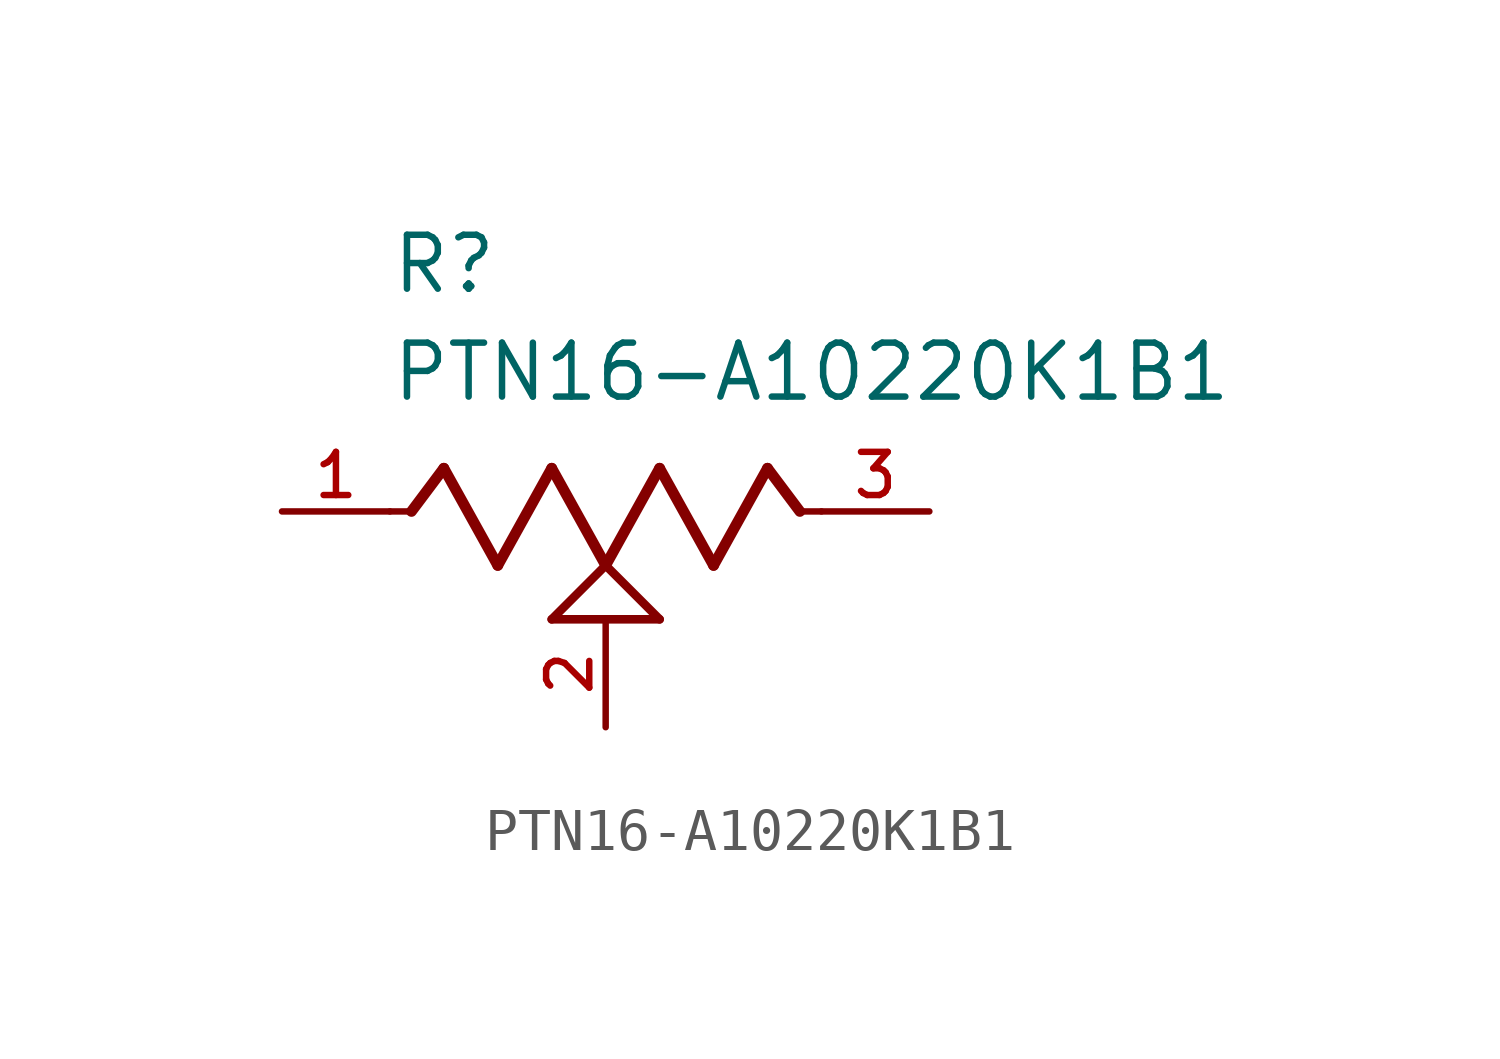
<source format=kicad_sym>
(kicad_symbol_lib
  (version 20241209)
  (generator "kicad_symbol_editor")
  (generator_version "9.0")
  (symbol "PTN16-A10220K1B1"
    (pin_names
      (offset 1.016))
    (property "Reference" "R"
      (at -5.08 5.08 0)
      (effects (font (size 1.27 1.27)) (justify left bottom)))
    (property "Value" "PTN16-A10220K1B1"
      (at -5.08 2.54 0)
      (effects (font (size 1.27 1.27)) (justify left bottom)))
    (symbol "PTN16-A10220K1B1_0_0"
      (polyline (pts (xy -5.08 0) (xy -4.572 0)) (stroke (width 0.152) (type default)) (fill (type none)))
      (polyline (pts (xy -4.572 0) (xy -3.81 1.016)) (stroke (width 0.254) (type default)) (fill (type none)))
      (polyline (pts (xy -3.81 1.016) (xy -2.54 -1.27)) (stroke (width 0.254) (type default)) (fill (type none)))
      (polyline (pts (xy -2.54 -1.27) (xy -1.27 1.016)) (stroke (width 0.254) (type default)) (fill (type none)))
      (polyline (pts (xy -1.27 1.016) (xy 0 -1.27)) (stroke (width 0.254) (type default)) (fill (type none)))
      (polyline (pts (xy -1.27 -2.54) (xy 0 -1.27)) (stroke (width 0.203) (type default)) (fill (type none)))
      (polyline (pts (xy 0 -1.27) (xy 1.27 1.016)) (stroke (width 0.254) (type default)) (fill (type none)))
      (polyline (pts (xy 0 -1.27) (xy 1.27 -2.54)) (stroke (width 0.203) (type default)) (fill (type none)))
      (polyline (pts (xy 1.27 1.016) (xy 2.54 -1.27)) (stroke (width 0.254) (type default)) (fill (type none)))
      (polyline (pts (xy 1.27 -2.54) (xy -1.27 -2.54)) (stroke (width 0.203) (type default)) (fill (type none)))
      (polyline (pts (xy 2.54 -1.27) (xy 3.81 1.016)) (stroke (width 0.254) (type default)) (fill (type none)))
      (polyline (pts (xy 3.81 1.016) (xy 4.572 0)) (stroke (width 0.254) (type default)) (fill (type none)))
      (polyline (pts (xy 4.572 0) (xy 5.08 0)) (stroke (width 0.152) (type default)) (fill (type none)))
      (pin passive line (at -7.62 0 0) (length 2.54) (name "~" (effects (font (size 1.016 1.016)))) (number "1" (effects (font (size 1.016 1.016)))))
      (pin passive line (at 0 -5.08 90) (length 2.54) (name "~" (effects (font (size 1.016 1.016)))) (number "2" (effects (font (size 1.016 1.016)))))
      (pin passive line (at 7.62 0 180) (length 2.54) (name "~" (effects (font (size 1.016 1.016)))) (number "3" (effects (font (size 1.016 1.016))))))))
</source>
